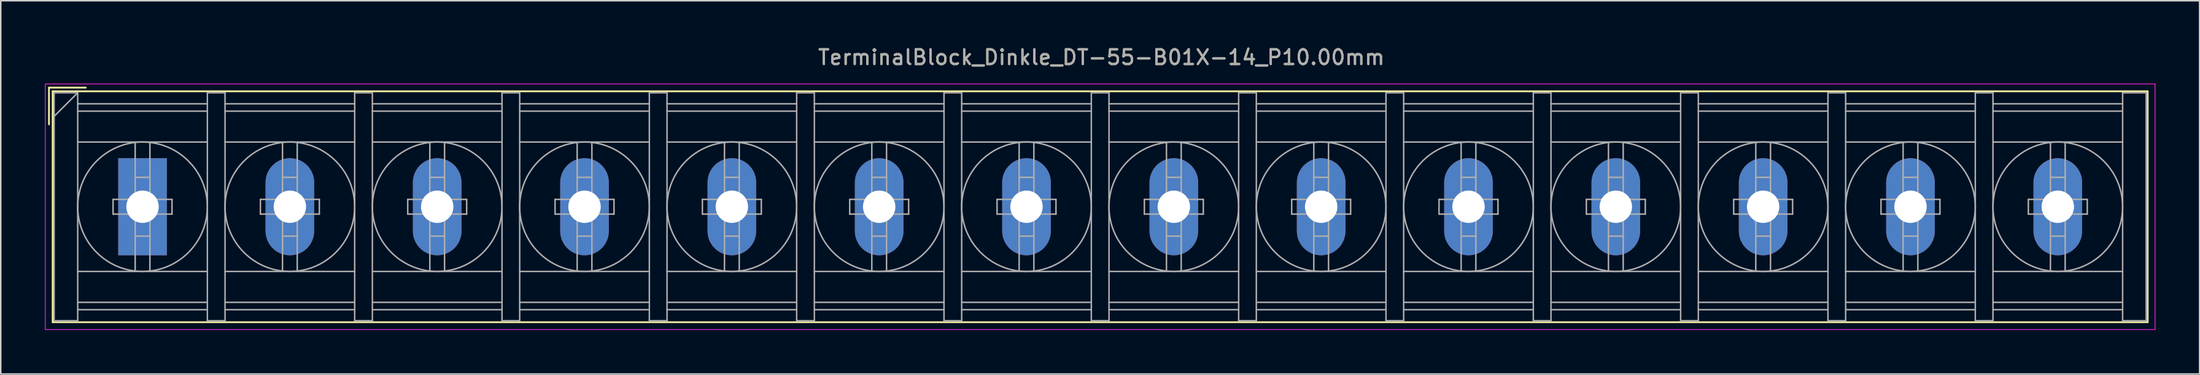
<source format=kicad_pcb>
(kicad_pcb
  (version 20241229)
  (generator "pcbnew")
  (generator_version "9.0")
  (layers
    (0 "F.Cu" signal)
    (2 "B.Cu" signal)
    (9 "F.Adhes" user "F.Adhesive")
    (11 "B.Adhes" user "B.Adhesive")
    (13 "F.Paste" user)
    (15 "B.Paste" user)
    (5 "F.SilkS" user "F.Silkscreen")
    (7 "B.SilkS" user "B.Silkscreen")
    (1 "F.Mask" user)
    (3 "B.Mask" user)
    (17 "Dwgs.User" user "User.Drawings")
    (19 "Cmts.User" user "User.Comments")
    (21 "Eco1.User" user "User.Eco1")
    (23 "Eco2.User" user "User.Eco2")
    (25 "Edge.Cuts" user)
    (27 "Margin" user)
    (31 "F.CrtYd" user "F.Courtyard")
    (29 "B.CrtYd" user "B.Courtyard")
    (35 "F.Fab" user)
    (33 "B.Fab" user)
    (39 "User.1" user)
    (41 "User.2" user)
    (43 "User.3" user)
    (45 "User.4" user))
  (footprint "TerminalBlock_Dinkle_DT-55-B01X-14_P10.00mm"
    (layer "F.Cu")
    (at 6.625 11.008)
    (property "Reference" "TerminalBlock_Dinkle_DT-55-B01X-14_P10.00mm" (at 65.08 -10.16 0) (layer "F.SilkS") (effects (font (size 1 1) (thickness 0.15))))
    (attr through_hole)
    (fp_line (start -6.35 -8.1) (end -3.85 -8.1) (stroke (width 0.12) (type solid)) (layer "F.SilkS"))
    (fp_line (start -6.35 -5.6) (end -6.35 -8.1) (stroke (width 0.12) (type solid)) (layer "F.SilkS"))
    (fp_line (start -6.1 -7.85) (end 136.1 -7.85) (stroke (width 0.12) (type solid)) (layer "F.SilkS"))
    (fp_line (start -6.1 7.85) (end -6.1 -7.85) (stroke (width 0.12) (type solid)) (layer "F.SilkS"))
    (fp_line (start -6.1 7.85) (end 136.1 7.85) (stroke (width 0.12) (type solid)) (layer "F.SilkS"))
    (fp_line (start 136.1 -7.85) (end 136.1 7.85) (stroke (width 0.12) (type solid)) (layer "F.SilkS"))
    (fp_line (start -6.6 -8.35) (end 136.6 -8.35) (stroke (width 0.05) (type solid)) (layer "F.CrtYd"))
    (fp_line (start -6.6 8.35) (end -6.6 -8.35) (stroke (width 0.05) (type solid)) (layer "F.CrtYd"))
    (fp_line (start -6.6 8.35) (end 136.6 8.35) (stroke (width 0.05) (type solid)) (layer "F.CrtYd"))
    (fp_line (start 136.6 -8.35) (end 136.6 8.35) (stroke (width 0.05) (type solid)) (layer "F.CrtYd"))
    (fp_line (start -6 -7.75) (end -6 7.75) (stroke (width 0.1) (type solid)) (layer "F.Fab"))
    (fp_line (start -6 -7.75) (end -4.4 -7.75) (stroke (width 0.1) (type solid)) (layer "F.Fab"))
    (fp_line (start -6 7.75) (end -4.4 7.75) (stroke (width 0.1) (type solid)) (layer "F.Fab"))
    (fp_line (start -4.4 -7.75) (end -6 -6.15) (stroke (width 0.1) (type solid)) (layer "F.Fab"))
    (fp_line (start -4.4 -7.75) (end -4.4 7.75) (stroke (width 0.1) (type solid)) (layer "F.Fab"))
    (fp_line (start -4.4 -7) (end 4.4 -7) (stroke (width 0.1) (type solid)) (layer "F.Fab"))
    (fp_line (start -4.4 -6.5) (end 4.4 -6.5) (stroke (width 0.1) (type solid)) (layer "F.Fab"))
    (fp_line (start -4.4 -4.4) (end 4.4 -4.4) (stroke (width 0.1) (type solid)) (layer "F.Fab"))
    (fp_line (start -4.4 4.4) (end 4.4 4.4) (stroke (width 0.1) (type solid)) (layer "F.Fab"))
    (fp_line (start -4.4 6.5) (end 4.4 6.5) (stroke (width 0.1) (type solid)) (layer "F.Fab"))
    (fp_line (start -4.4 7) (end 4.4 7) (stroke (width 0.1) (type solid)) (layer "F.Fab"))
    (fp_line (start -2 -0.5) (end -2 0.5) (stroke (width 0.1) (type solid)) (layer "F.Fab"))
    (fp_line (start -2 0.5) (end -0.5 0.5) (stroke (width 0.1) (type solid)) (layer "F.Fab"))
    (fp_line (start -0.5 -4.35) (end -0.5 -0.5) (stroke (width 0.1) (type solid)) (layer "F.Fab"))
    (fp_line (start -0.5 -2) (end 0.5 -2) (stroke (width 0.1) (type solid)) (layer "F.Fab"))
    (fp_line (start -0.5 -0.5) (end -2 -0.5) (stroke (width 0.1) (type solid)) (layer "F.Fab"))
    (fp_line (start -0.5 0.5) (end -0.5 4.35) (stroke (width 0.1) (type solid)) (layer "F.Fab"))
    (fp_line (start -0.5 2) (end 0.5 2) (stroke (width 0.1) (type solid)) (layer "F.Fab"))
    (fp_line (start 0.5 -4.35) (end 0.5 -0.5) (stroke (width 0.1) (type solid)) (layer "F.Fab"))
    (fp_line (start 0.5 -0.5) (end 2 -0.5) (stroke (width 0.1) (type solid)) (layer "F.Fab"))
    (fp_line (start 0.5 0.5) (end 0.5 4.35) (stroke (width 0.1) (type solid)) (layer "F.Fab"))
    (fp_line (start 2 -0.5) (end 2 0.5) (stroke (width 0.1) (type solid)) (layer "F.Fab"))
    (fp_line (start 2 0.5) (end 0.5 0.5) (stroke (width 0.1) (type solid)) (layer "F.Fab"))
    (fp_line (start 4.4 -7.75) (end 4.4 7.75) (stroke (width 0.1) (type solid)) (layer "F.Fab"))
    (fp_line (start 4.4 -7.75) (end 5.6 -7.75) (stroke (width 0.1) (type solid)) (layer "F.Fab"))
    (fp_line (start 4.4 7.75) (end 5.6 7.75) (stroke (width 0.1) (type solid)) (layer "F.Fab"))
    (fp_line (start 5.6 -7.75) (end 5.6 7.75) (stroke (width 0.1) (type solid)) (layer "F.Fab"))
    (fp_line (start 5.6 -7) (end 14.4 -7) (stroke (width 0.1) (type solid)) (layer "F.Fab"))
    (fp_line (start 5.6 -6.5) (end 14.4 -6.5) (stroke (width 0.1) (type solid)) (layer "F.Fab"))
    (fp_line (start 5.6 -4.4) (end 14.4 -4.4) (stroke (width 0.1) (type solid)) (layer "F.Fab"))
    (fp_line (start 5.6 4.4) (end 14.4 4.4) (stroke (width 0.1) (type solid)) (layer "F.Fab"))
    (fp_line (start 5.6 6.5) (end 14.4 6.5) (stroke (width 0.1) (type solid)) (layer "F.Fab"))
    (fp_line (start 5.6 7) (end 14.4 7) (stroke (width 0.1) (type solid)) (layer "F.Fab"))
    (fp_line (start 8 -0.5) (end 8 0.5) (stroke (width 0.1) (type solid)) (layer "F.Fab"))
    (fp_line (start 8 0.5) (end 9.5 0.5) (stroke (width 0.1) (type solid)) (layer "F.Fab"))
    (fp_line (start 9.5 -4.35) (end 9.5 -0.5) (stroke (width 0.1) (type solid)) (layer "F.Fab"))
    (fp_line (start 9.5 -2) (end 10.5 -2) (stroke (width 0.1) (type solid)) (layer "F.Fab"))
    (fp_line (start 9.5 -0.5) (end 8 -0.5) (stroke (width 0.1) (type solid)) (layer "F.Fab"))
    (fp_line (start 9.5 0.5) (end 9.5 4.35) (stroke (width 0.1) (type solid)) (layer "F.Fab"))
    (fp_line (start 9.5 2) (end 10.5 2) (stroke (width 0.1) (type solid)) (layer "F.Fab"))
    (fp_line (start 10.5 -4.35) (end 10.5 -0.5) (stroke (width 0.1) (type solid)) (layer "F.Fab"))
    (fp_line (start 10.5 -0.5) (end 12 -0.5) (stroke (width 0.1) (type solid)) (layer "F.Fab"))
    (fp_line (start 10.5 0.5) (end 10.5 4.35) (stroke (width 0.1) (type solid)) (layer "F.Fab"))
    (fp_line (start 12 -0.5) (end 12 0.5) (stroke (width 0.1) (type solid)) (layer "F.Fab"))
    (fp_line (start 12 0.5) (end 10.5 0.5) (stroke (width 0.1) (type solid)) (layer "F.Fab"))
    (fp_line (start 14.4 -7.75) (end 14.4 7.75) (stroke (width 0.1) (type solid)) (layer "F.Fab"))
    (fp_line (start 14.4 -7.75) (end 15.6 -7.75) (stroke (width 0.1) (type solid)) (layer "F.Fab"))
    (fp_line (start 14.4 7.75) (end 15.6 7.75) (stroke (width 0.1) (type solid)) (layer "F.Fab"))
    (fp_line (start 15.6 -7.75) (end 15.6 7.75) (stroke (width 0.1) (type solid)) (layer "F.Fab"))
    (fp_line (start 15.6 -7) (end 24.4 -7) (stroke (width 0.1) (type solid)) (layer "F.Fab"))
    (fp_line (start 15.6 -6.5) (end 24.4 -6.5) (stroke (width 0.1) (type solid)) (layer "F.Fab"))
    (fp_line (start 15.6 -4.4) (end 24.4 -4.4) (stroke (width 0.1) (type solid)) (layer "F.Fab"))
    (fp_line (start 15.6 4.4) (end 24.4 4.4) (stroke (width 0.1) (type solid)) (layer "F.Fab"))
    (fp_line (start 15.6 6.5) (end 24.4 6.5) (stroke (width 0.1) (type solid)) (layer "F.Fab"))
    (fp_line (start 15.6 7) (end 24.4 7) (stroke (width 0.1) (type solid)) (layer "F.Fab"))
    (fp_line (start 18 -0.5) (end 18 0.5) (stroke (width 0.1) (type solid)) (layer "F.Fab"))
    (fp_line (start 18 0.5) (end 19.5 0.5) (stroke (width 0.1) (type solid)) (layer "F.Fab"))
    (fp_line (start 19.5 -4.35) (end 19.5 -0.5) (stroke (width 0.1) (type solid)) (layer "F.Fab"))
    (fp_line (start 19.5 -2) (end 20.5 -2) (stroke (width 0.1) (type solid)) (layer "F.Fab"))
    (fp_line (start 19.5 -0.5) (end 18 -0.5) (stroke (width 0.1) (type solid)) (layer "F.Fab"))
    (fp_line (start 19.5 0.5) (end 19.5 4.35) (stroke (width 0.1) (type solid)) (layer "F.Fab"))
    (fp_line (start 19.5 2) (end 20.5 2) (stroke (width 0.1) (type solid)) (layer "F.Fab"))
    (fp_line (start 20.5 -4.35) (end 20.5 -0.5) (stroke (width 0.1) (type solid)) (layer "F.Fab"))
    (fp_line (start 20.5 -0.5) (end 22 -0.5) (stroke (width 0.1) (type solid)) (layer "F.Fab"))
    (fp_line (start 20.5 0.5) (end 20.5 4.35) (stroke (width 0.1) (type solid)) (layer "F.Fab"))
    (fp_line (start 22 -0.5) (end 22 0.5) (stroke (width 0.1) (type solid)) (layer "F.Fab"))
    (fp_line (start 22 0.5) (end 20.5 0.5) (stroke (width 0.1) (type solid)) (layer "F.Fab"))
    (fp_line (start 24.4 -7.75) (end 24.4 7.75) (stroke (width 0.1) (type solid)) (layer "F.Fab"))
    (fp_line (start 24.4 -7.75) (end 25.6 -7.75) (stroke (width 0.1) (type solid)) (layer "F.Fab"))
    (fp_line (start 24.4 7.75) (end 25.6 7.75) (stroke (width 0.1) (type solid)) (layer "F.Fab"))
    (fp_line (start 25.6 -7.75) (end 25.6 7.75) (stroke (width 0.1) (type solid)) (layer "F.Fab"))
    (fp_line (start 25.6 -7) (end 34.4 -7) (stroke (width 0.1) (type solid)) (layer "F.Fab"))
    (fp_line (start 25.6 -6.5) (end 34.4 -6.5) (stroke (width 0.1) (type solid)) (layer "F.Fab"))
    (fp_line (start 25.6 -4.4) (end 34.4 -4.4) (stroke (width 0.1) (type solid)) (layer "F.Fab"))
    (fp_line (start 25.6 4.4) (end 34.4 4.4) (stroke (width 0.1) (type solid)) (layer "F.Fab"))
    (fp_line (start 25.6 6.5) (end 34.4 6.5) (stroke (width 0.1) (type solid)) (layer "F.Fab"))
    (fp_line (start 25.6 7) (end 34.4 7) (stroke (width 0.1) (type solid)) (layer "F.Fab"))
    (fp_line (start 28 -0.5) (end 28 0.5) (stroke (width 0.1) (type solid)) (layer "F.Fab"))
    (fp_line (start 28 0.5) (end 29.5 0.5) (stroke (width 0.1) (type solid)) (layer "F.Fab"))
    (fp_line (start 29.5 -4.35) (end 29.5 -0.5) (stroke (width 0.1) (type solid)) (layer "F.Fab"))
    (fp_line (start 29.5 -2) (end 30.5 -2) (stroke (width 0.1) (type solid)) (layer "F.Fab"))
    (fp_line (start 29.5 -0.5) (end 28 -0.5) (stroke (width 0.1) (type solid)) (layer "F.Fab"))
    (fp_line (start 29.5 0.5) (end 29.5 4.35) (stroke (width 0.1) (type solid)) (layer "F.Fab"))
    (fp_line (start 29.5 2) (end 30.5 2) (stroke (width 0.1) (type solid)) (layer "F.Fab"))
    (fp_line (start 30.5 -4.35) (end 30.5 -0.5) (stroke (width 0.1) (type solid)) (layer "F.Fab"))
    (fp_line (start 30.5 -0.5) (end 32 -0.5) (stroke (width 0.1) (type solid)) (layer "F.Fab"))
    (fp_line (start 30.5 0.5) (end 30.5 4.35) (stroke (width 0.1) (type solid)) (layer "F.Fab"))
    (fp_line (start 32 -0.5) (end 32 0.5) (stroke (width 0.1) (type solid)) (layer "F.Fab"))
    (fp_line (start 32 0.5) (end 30.5 0.5) (stroke (width 0.1) (type solid)) (layer "F.Fab"))
    (fp_line (start 34.4 -7.75) (end 34.4 7.75) (stroke (width 0.1) (type solid)) (layer "F.Fab"))
    (fp_line (start 34.4 -7.75) (end 35.6 -7.75) (stroke (width 0.1) (type solid)) (layer "F.Fab"))
    (fp_line (start 34.4 7.75) (end 35.6 7.75) (stroke (width 0.1) (type solid)) (layer "F.Fab"))
    (fp_line (start 35.6 -7.75) (end 35.6 7.75) (stroke (width 0.1) (type solid)) (layer "F.Fab"))
    (fp_line (start 35.6 -7) (end 44.4 -7) (stroke (width 0.1) (type solid)) (layer "F.Fab"))
    (fp_line (start 35.6 -6.5) (end 44.4 -6.5) (stroke (width 0.1) (type solid)) (layer "F.Fab"))
    (fp_line (start 35.6 -4.4) (end 44.4 -4.4) (stroke (width 0.1) (type solid)) (layer "F.Fab"))
    (fp_line (start 35.6 4.4) (end 44.4 4.4) (stroke (width 0.1) (type solid)) (layer "F.Fab"))
    (fp_line (start 35.6 6.5) (end 44.4 6.5) (stroke (width 0.1) (type solid)) (layer "F.Fab"))
    (fp_line (start 35.6 7) (end 44.4 7) (stroke (width 0.1) (type solid)) (layer "F.Fab"))
    (fp_line (start 38 -0.5) (end 38 0.5) (stroke (width 0.1) (type solid)) (layer "F.Fab"))
    (fp_line (start 38 0.5) (end 39.5 0.5) (stroke (width 0.1) (type solid)) (layer "F.Fab"))
    (fp_line (start 39.5 -4.35) (end 39.5 -0.5) (stroke (width 0.1) (type solid)) (layer "F.Fab"))
    (fp_line (start 39.5 -2) (end 40.5 -2) (stroke (width 0.1) (type solid)) (layer "F.Fab"))
    (fp_line (start 39.5 -0.5) (end 38 -0.5) (stroke (width 0.1) (type solid)) (layer "F.Fab"))
    (fp_line (start 39.5 0.5) (end 39.5 4.35) (stroke (width 0.1) (type solid)) (layer "F.Fab"))
    (fp_line (start 39.5 2) (end 40.5 2) (stroke (width 0.1) (type solid)) (layer "F.Fab"))
    (fp_line (start 40.5 -4.35) (end 40.5 -0.5) (stroke (width 0.1) (type solid)) (layer "F.Fab"))
    (fp_line (start 40.5 -0.5) (end 42 -0.5) (stroke (width 0.1) (type solid)) (layer "F.Fab"))
    (fp_line (start 40.5 0.5) (end 40.5 4.35) (stroke (width 0.1) (type solid)) (layer "F.Fab"))
    (fp_line (start 42 -0.5) (end 42 0.5) (stroke (width 0.1) (type solid)) (layer "F.Fab"))
    (fp_line (start 42 0.5) (end 40.5 0.5) (stroke (width 0.1) (type solid)) (layer "F.Fab"))
    (fp_line (start 44.4 -7.75) (end 44.4 7.75) (stroke (width 0.1) (type solid)) (layer "F.Fab"))
    (fp_line (start 44.4 -7.75) (end 45.6 -7.75) (stroke (width 0.1) (type solid)) (layer "F.Fab"))
    (fp_line (start 44.4 7.75) (end 45.6 7.75) (stroke (width 0.1) (type solid)) (layer "F.Fab"))
    (fp_line (start 45.6 -7.75) (end 45.6 7.75) (stroke (width 0.1) (type solid)) (layer "F.Fab"))
    (fp_line (start 45.6 -7) (end 54.4 -7) (stroke (width 0.1) (type solid)) (layer "F.Fab"))
    (fp_line (start 45.6 -6.5) (end 54.4 -6.5) (stroke (width 0.1) (type solid)) (layer "F.Fab"))
    (fp_line (start 45.6 -4.4) (end 54.4 -4.4) (stroke (width 0.1) (type solid)) (layer "F.Fab"))
    (fp_line (start 45.6 4.4) (end 54.4 4.4) (stroke (width 0.1) (type solid)) (layer "F.Fab"))
    (fp_line (start 45.6 6.5) (end 54.4 6.5) (stroke (width 0.1) (type solid)) (layer "F.Fab"))
    (fp_line (start 45.6 7) (end 54.4 7) (stroke (width 0.1) (type solid)) (layer "F.Fab"))
    (fp_line (start 48 -0.5) (end 48 0.5) (stroke (width 0.1) (type solid)) (layer "F.Fab"))
    (fp_line (start 48 0.5) (end 49.5 0.5) (stroke (width 0.1) (type solid)) (layer "F.Fab"))
    (fp_line (start 49.5 -4.35) (end 49.5 -0.5) (stroke (width 0.1) (type solid)) (layer "F.Fab"))
    (fp_line (start 49.5 -2) (end 50.5 -2) (stroke (width 0.1) (type solid)) (layer "F.Fab"))
    (fp_line (start 49.5 -0.5) (end 48 -0.5) (stroke (width 0.1) (type solid)) (layer "F.Fab"))
    (fp_line (start 49.5 0.5) (end 49.5 4.35) (stroke (width 0.1) (type solid)) (layer "F.Fab"))
    (fp_line (start 49.5 2) (end 50.5 2) (stroke (width 0.1) (type solid)) (layer "F.Fab"))
    (fp_line (start 50.5 -4.35) (end 50.5 -0.5) (stroke (width 0.1) (type solid)) (layer "F.Fab"))
    (fp_line (start 50.5 -0.5) (end 52 -0.5) (stroke (width 0.1) (type solid)) (layer "F.Fab"))
    (fp_line (start 50.5 0.5) (end 50.5 4.35) (stroke (width 0.1) (type solid)) (layer "F.Fab"))
    (fp_line (start 52 -0.5) (end 52 0.5) (stroke (width 0.1) (type solid)) (layer "F.Fab"))
    (fp_line (start 52 0.5) (end 50.5 0.5) (stroke (width 0.1) (type solid)) (layer "F.Fab"))
    (fp_line (start 54.4 -7.75) (end 54.4 7.75) (stroke (width 0.1) (type solid)) (layer "F.Fab"))
    (fp_line (start 54.4 -7.75) (end 55.6 -7.75) (stroke (width 0.1) (type solid)) (layer "F.Fab"))
    (fp_line (start 54.4 7.75) (end 55.6 7.75) (stroke (width 0.1) (type solid)) (layer "F.Fab"))
    (fp_line (start 55.6 -7.75) (end 55.6 7.75) (stroke (width 0.1) (type solid)) (layer "F.Fab"))
    (fp_line (start 55.6 -7) (end 64.4 -7) (stroke (width 0.1) (type solid)) (layer "F.Fab"))
    (fp_line (start 55.6 -6.5) (end 64.4 -6.5) (stroke (width 0.1) (type solid)) (layer "F.Fab"))
    (fp_line (start 55.6 -4.4) (end 64.4 -4.4) (stroke (width 0.1) (type solid)) (layer "F.Fab"))
    (fp_line (start 55.6 4.4) (end 64.4 4.4) (stroke (width 0.1) (type solid)) (layer "F.Fab"))
    (fp_line (start 55.6 6.5) (end 64.4 6.5) (stroke (width 0.1) (type solid)) (layer "F.Fab"))
    (fp_line (start 55.6 7) (end 64.4 7) (stroke (width 0.1) (type solid)) (layer "F.Fab"))
    (fp_line (start 58 -0.5) (end 58 0.5) (stroke (width 0.1) (type solid)) (layer "F.Fab"))
    (fp_line (start 58 0.5) (end 59.5 0.5) (stroke (width 0.1) (type solid)) (layer "F.Fab"))
    (fp_line (start 59.5 -4.35) (end 59.5 -0.5) (stroke (width 0.1) (type solid)) (layer "F.Fab"))
    (fp_line (start 59.5 -2) (end 60.5 -2) (stroke (width 0.1) (type solid)) (layer "F.Fab"))
    (fp_line (start 59.5 -0.5) (end 58 -0.5) (stroke (width 0.1) (type solid)) (layer "F.Fab"))
    (fp_line (start 59.5 0.5) (end 59.5 4.35) (stroke (width 0.1) (type solid)) (layer "F.Fab"))
    (fp_line (start 59.5 2) (end 60.5 2) (stroke (width 0.1) (type solid)) (layer "F.Fab"))
    (fp_line (start 60.5 -4.35) (end 60.5 -0.5) (stroke (width 0.1) (type solid)) (layer "F.Fab"))
    (fp_line (start 60.5 -0.5) (end 62 -0.5) (stroke (width 0.1) (type solid)) (layer "F.Fab"))
    (fp_line (start 60.5 0.5) (end 60.5 4.35) (stroke (width 0.1) (type solid)) (layer "F.Fab"))
    (fp_line (start 62 -0.5) (end 62 0.5) (stroke (width 0.1) (type solid)) (layer "F.Fab"))
    (fp_line (start 62 0.5) (end 60.5 0.5) (stroke (width 0.1) (type solid)) (layer "F.Fab"))
    (fp_line (start 64.4 -7.75) (end 64.4 7.75) (stroke (width 0.1) (type solid)) (layer "F.Fab"))
    (fp_line (start 64.4 -7.75) (end 65.6 -7.75) (stroke (width 0.1) (type solid)) (layer "F.Fab"))
    (fp_line (start 64.4 7.75) (end 65.6 7.75) (stroke (width 0.1) (type solid)) (layer "F.Fab"))
    (fp_line (start 65.6 -7.75) (end 65.6 7.75) (stroke (width 0.1) (type solid)) (layer "F.Fab"))
    (fp_line (start 65.6 -7) (end 74.4 -7) (stroke (width 0.1) (type solid)) (layer "F.Fab"))
    (fp_line (start 65.6 -6.5) (end 74.4 -6.5) (stroke (width 0.1) (type solid)) (layer "F.Fab"))
    (fp_line (start 65.6 -4.4) (end 74.4 -4.4) (stroke (width 0.1) (type solid)) (layer "F.Fab"))
    (fp_line (start 65.6 4.4) (end 74.4 4.4) (stroke (width 0.1) (type solid)) (layer "F.Fab"))
    (fp_line (start 65.6 6.5) (end 74.4 6.5) (stroke (width 0.1) (type solid)) (layer "F.Fab"))
    (fp_line (start 65.6 7) (end 74.4 7) (stroke (width 0.1) (type solid)) (layer "F.Fab"))
    (fp_line (start 68 -0.5) (end 68 0.5) (stroke (width 0.1) (type solid)) (layer "F.Fab"))
    (fp_line (start 68 0.5) (end 69.5 0.5) (stroke (width 0.1) (type solid)) (layer "F.Fab"))
    (fp_line (start 69.5 -4.35) (end 69.5 -0.5) (stroke (width 0.1) (type solid)) (layer "F.Fab"))
    (fp_line (start 69.5 -2) (end 70.5 -2) (stroke (width 0.1) (type solid)) (layer "F.Fab"))
    (fp_line (start 69.5 -0.5) (end 68 -0.5) (stroke (width 0.1) (type solid)) (layer "F.Fab"))
    (fp_line (start 69.5 0.5) (end 69.5 4.35) (stroke (width 0.1) (type solid)) (layer "F.Fab"))
    (fp_line (start 69.5 2) (end 70.5 2) (stroke (width 0.1) (type solid)) (layer "F.Fab"))
    (fp_line (start 70.5 -4.35) (end 70.5 -0.5) (stroke (width 0.1) (type solid)) (layer "F.Fab"))
    (fp_line (start 70.5 -0.5) (end 72 -0.5) (stroke (width 0.1) (type solid)) (layer "F.Fab"))
    (fp_line (start 70.5 0.5) (end 70.5 4.35) (stroke (width 0.1) (type solid)) (layer "F.Fab"))
    (fp_line (start 72 -0.5) (end 72 0.5) (stroke (width 0.1) (type solid)) (layer "F.Fab"))
    (fp_line (start 72 0.5) (end 70.5 0.5) (stroke (width 0.1) (type solid)) (layer "F.Fab"))
    (fp_line (start 74.4 -7.75) (end 74.4 7.75) (stroke (width 0.1) (type solid)) (layer "F.Fab"))
    (fp_line (start 74.4 -7.75) (end 75.6 -7.75) (stroke (width 0.1) (type solid)) (layer "F.Fab"))
    (fp_line (start 74.4 7.75) (end 75.6 7.75) (stroke (width 0.1) (type solid)) (layer "F.Fab"))
    (fp_line (start 75.6 -7.75) (end 75.6 7.75) (stroke (width 0.1) (type solid)) (layer "F.Fab"))
    (fp_line (start 75.6 -7) (end 84.4 -7) (stroke (width 0.1) (type solid)) (layer "F.Fab"))
    (fp_line (start 75.6 -6.5) (end 84.4 -6.5) (stroke (width 0.1) (type solid)) (layer "F.Fab"))
    (fp_line (start 75.6 -4.4) (end 84.4 -4.4) (stroke (width 0.1) (type solid)) (layer "F.Fab"))
    (fp_line (start 75.6 4.4) (end 84.4 4.4) (stroke (width 0.1) (type solid)) (layer "F.Fab"))
    (fp_line (start 75.6 6.5) (end 84.4 6.5) (stroke (width 0.1) (type solid)) (layer "F.Fab"))
    (fp_line (start 75.6 7) (end 84.4 7) (stroke (width 0.1) (type solid)) (layer "F.Fab"))
    (fp_line (start 78 -0.5) (end 78 0.5) (stroke (width 0.1) (type solid)) (layer "F.Fab"))
    (fp_line (start 78 0.5) (end 79.5 0.5) (stroke (width 0.1) (type solid)) (layer "F.Fab"))
    (fp_line (start 79.5 -4.35) (end 79.5 -0.5) (stroke (width 0.1) (type solid)) (layer "F.Fab"))
    (fp_line (start 79.5 -2) (end 80.5 -2) (stroke (width 0.1) (type solid)) (layer "F.Fab"))
    (fp_line (start 79.5 -0.5) (end 78 -0.5) (stroke (width 0.1) (type solid)) (layer "F.Fab"))
    (fp_line (start 79.5 0.5) (end 79.5 4.35) (stroke (width 0.1) (type solid)) (layer "F.Fab"))
    (fp_line (start 79.5 2) (end 80.5 2) (stroke (width 0.1) (type solid)) (layer "F.Fab"))
    (fp_line (start 80.5 -4.35) (end 80.5 -0.5) (stroke (width 0.1) (type solid)) (layer "F.Fab"))
    (fp_line (start 80.5 -0.5) (end 82 -0.5) (stroke (width 0.1) (type solid)) (layer "F.Fab"))
    (fp_line (start 80.5 0.5) (end 80.5 4.35) (stroke (width 0.1) (type solid)) (layer "F.Fab"))
    (fp_line (start 82 -0.5) (end 82 0.5) (stroke (width 0.1) (type solid)) (layer "F.Fab"))
    (fp_line (start 82 0.5) (end 80.5 0.5) (stroke (width 0.1) (type solid)) (layer "F.Fab"))
    (fp_line (start 84.4 -7.75) (end 84.4 7.75) (stroke (width 0.1) (type solid)) (layer "F.Fab"))
    (fp_line (start 84.4 -7.75) (end 85.6 -7.75) (stroke (width 0.1) (type solid)) (layer "F.Fab"))
    (fp_line (start 84.4 7.75) (end 85.6 7.75) (stroke (width 0.1) (type solid)) (layer "F.Fab"))
    (fp_line (start 85.6 -7.75) (end 85.6 7.75) (stroke (width 0.1) (type solid)) (layer "F.Fab"))
    (fp_line (start 85.6 -7) (end 94.4 -7) (stroke (width 0.1) (type solid)) (layer "F.Fab"))
    (fp_line (start 85.6 -6.5) (end 94.4 -6.5) (stroke (width 0.1) (type solid)) (layer "F.Fab"))
    (fp_line (start 85.6 -4.4) (end 94.4 -4.4) (stroke (width 0.1) (type solid)) (layer "F.Fab"))
    (fp_line (start 85.6 4.4) (end 94.4 4.4) (stroke (width 0.1) (type solid)) (layer "F.Fab"))
    (fp_line (start 85.6 6.5) (end 94.4 6.5) (stroke (width 0.1) (type solid)) (layer "F.Fab"))
    (fp_line (start 85.6 7) (end 94.4 7) (stroke (width 0.1) (type solid)) (layer "F.Fab"))
    (fp_line (start 88 -0.5) (end 88 0.5) (stroke (width 0.1) (type solid)) (layer "F.Fab"))
    (fp_line (start 88 0.5) (end 89.5 0.5) (stroke (width 0.1) (type solid)) (layer "F.Fab"))
    (fp_line (start 89.5 -4.35) (end 89.5 -0.5) (stroke (width 0.1) (type solid)) (layer "F.Fab"))
    (fp_line (start 89.5 -2) (end 90.5 -2) (stroke (width 0.1) (type solid)) (layer "F.Fab"))
    (fp_line (start 89.5 -0.5) (end 88 -0.5) (stroke (width 0.1) (type solid)) (layer "F.Fab"))
    (fp_line (start 89.5 0.5) (end 89.5 4.35) (stroke (width 0.1) (type solid)) (layer "F.Fab"))
    (fp_line (start 89.5 2) (end 90.5 2) (stroke (width 0.1) (type solid)) (layer "F.Fab"))
    (fp_line (start 90.5 -4.35) (end 90.5 -0.5) (stroke (width 0.1) (type solid)) (layer "F.Fab"))
    (fp_line (start 90.5 -0.5) (end 92 -0.5) (stroke (width 0.1) (type solid)) (layer "F.Fab"))
    (fp_line (start 90.5 0.5) (end 90.5 4.35) (stroke (width 0.1) (type solid)) (layer "F.Fab"))
    (fp_line (start 92 -0.5) (end 92 0.5) (stroke (width 0.1) (type solid)) (layer "F.Fab"))
    (fp_line (start 92 0.5) (end 90.5 0.5) (stroke (width 0.1) (type solid)) (layer "F.Fab"))
    (fp_line (start 94.4 -7.75) (end 94.4 7.75) (stroke (width 0.1) (type solid)) (layer "F.Fab"))
    (fp_line (start 94.4 -7.75) (end 95.6 -7.75) (stroke (width 0.1) (type solid)) (layer "F.Fab"))
    (fp_line (start 94.4 7.75) (end 95.6 7.75) (stroke (width 0.1) (type solid)) (layer "F.Fab"))
    (fp_line (start 95.6 -7.75) (end 95.6 7.75) (stroke (width 0.1) (type solid)) (layer "F.Fab"))
    (fp_line (start 95.6 -7) (end 104.4 -7) (stroke (width 0.1) (type solid)) (layer "F.Fab"))
    (fp_line (start 95.6 -6.5) (end 104.4 -6.5) (stroke (width 0.1) (type solid)) (layer "F.Fab"))
    (fp_line (start 95.6 -4.4) (end 104.4 -4.4) (stroke (width 0.1) (type solid)) (layer "F.Fab"))
    (fp_line (start 95.6 4.4) (end 104.4 4.4) (stroke (width 0.1) (type solid)) (layer "F.Fab"))
    (fp_line (start 95.6 6.5) (end 104.4 6.5) (stroke (width 0.1) (type solid)) (layer "F.Fab"))
    (fp_line (start 95.6 7) (end 104.4 7) (stroke (width 0.1) (type solid)) (layer "F.Fab"))
    (fp_line (start 98 -0.5) (end 98 0.5) (stroke (width 0.1) (type solid)) (layer "F.Fab"))
    (fp_line (start 98 0.5) (end 99.5 0.5) (stroke (width 0.1) (type solid)) (layer "F.Fab"))
    (fp_line (start 99.5 -4.35) (end 99.5 -0.5) (stroke (width 0.1) (type solid)) (layer "F.Fab"))
    (fp_line (start 99.5 -2) (end 100.5 -2) (stroke (width 0.1) (type solid)) (layer "F.Fab"))
    (fp_line (start 99.5 -0.5) (end 98 -0.5) (stroke (width 0.1) (type solid)) (layer "F.Fab"))
    (fp_line (start 99.5 0.5) (end 99.5 4.35) (stroke (width 0.1) (type solid)) (layer "F.Fab"))
    (fp_line (start 99.5 2) (end 100.5 2) (stroke (width 0.1) (type solid)) (layer "F.Fab"))
    (fp_line (start 100.5 -4.35) (end 100.5 -0.5) (stroke (width 0.1) (type solid)) (layer "F.Fab"))
    (fp_line (start 100.5 -0.5) (end 102 -0.5) (stroke (width 0.1) (type solid)) (layer "F.Fab"))
    (fp_line (start 100.5 0.5) (end 100.5 4.35) (stroke (width 0.1) (type solid)) (layer "F.Fab"))
    (fp_line (start 102 -0.5) (end 102 0.5) (stroke (width 0.1) (type solid)) (layer "F.Fab"))
    (fp_line (start 102 0.5) (end 100.5 0.5) (stroke (width 0.1) (type solid)) (layer "F.Fab"))
    (fp_line (start 104.4 -7.75) (end 104.4 7.75) (stroke (width 0.1) (type solid)) (layer "F.Fab"))
    (fp_line (start 104.4 -7.75) (end 105.6 -7.75) (stroke (width 0.1) (type solid)) (layer "F.Fab"))
    (fp_line (start 104.4 7.75) (end 105.6 7.75) (stroke (width 0.1) (type solid)) (layer "F.Fab"))
    (fp_line (start 105.6 -7.75) (end 105.6 7.75) (stroke (width 0.1) (type solid)) (layer "F.Fab"))
    (fp_line (start 105.6 -7) (end 114.4 -7) (stroke (width 0.1) (type solid)) (layer "F.Fab"))
    (fp_line (start 105.6 -6.5) (end 114.4 -6.5) (stroke (width 0.1) (type solid)) (layer "F.Fab"))
    (fp_line (start 105.6 -4.4) (end 114.4 -4.4) (stroke (width 0.1) (type solid)) (layer "F.Fab"))
    (fp_line (start 105.6 4.4) (end 114.4 4.4) (stroke (width 0.1) (type solid)) (layer "F.Fab"))
    (fp_line (start 105.6 6.5) (end 114.4 6.5) (stroke (width 0.1) (type solid)) (layer "F.Fab"))
    (fp_line (start 105.6 7) (end 114.4 7) (stroke (width 0.1) (type solid)) (layer "F.Fab"))
    (fp_line (start 108 -0.5) (end 108 0.5) (stroke (width 0.1) (type solid)) (layer "F.Fab"))
    (fp_line (start 108 0.5) (end 109.5 0.5) (stroke (width 0.1) (type solid)) (layer "F.Fab"))
    (fp_line (start 109.5 -4.35) (end 109.5 -0.5) (stroke (width 0.1) (type solid)) (layer "F.Fab"))
    (fp_line (start 109.5 -2) (end 110.5 -2) (stroke (width 0.1) (type solid)) (layer "F.Fab"))
    (fp_line (start 109.5 -0.5) (end 108 -0.5) (stroke (width 0.1) (type solid)) (layer "F.Fab"))
    (fp_line (start 109.5 0.5) (end 109.5 4.35) (stroke (width 0.1) (type solid)) (layer "F.Fab"))
    (fp_line (start 109.5 2) (end 110.5 2) (stroke (width 0.1) (type solid)) (layer "F.Fab"))
    (fp_line (start 110.5 -4.35) (end 110.5 -0.5) (stroke (width 0.1) (type solid)) (layer "F.Fab"))
    (fp_line (start 110.5 -0.5) (end 112 -0.5) (stroke (width 0.1) (type solid)) (layer "F.Fab"))
    (fp_line (start 110.5 0.5) (end 110.5 4.35) (stroke (width 0.1) (type solid)) (layer "F.Fab"))
    (fp_line (start 112 -0.5) (end 112 0.5) (stroke (width 0.1) (type solid)) (layer "F.Fab"))
    (fp_line (start 112 0.5) (end 110.5 0.5) (stroke (width 0.1) (type solid)) (layer "F.Fab"))
    (fp_line (start 114.4 -7.75) (end 114.4 7.75) (stroke (width 0.1) (type solid)) (layer "F.Fab"))
    (fp_line (start 114.4 -7.75) (end 115.6 -7.75) (stroke (width 0.1) (type solid)) (layer "F.Fab"))
    (fp_line (start 114.4 7.75) (end 115.6 7.75) (stroke (width 0.1) (type solid)) (layer "F.Fab"))
    (fp_line (start 115.6 -7.75) (end 115.6 7.75) (stroke (width 0.1) (type solid)) (layer "F.Fab"))
    (fp_line (start 115.6 -7) (end 124.4 -7) (stroke (width 0.1) (type solid)) (layer "F.Fab"))
    (fp_line (start 115.6 -6.5) (end 124.4 -6.5) (stroke (width 0.1) (type solid)) (layer "F.Fab"))
    (fp_line (start 115.6 -4.4) (end 124.4 -4.4) (stroke (width 0.1) (type solid)) (layer "F.Fab"))
    (fp_line (start 115.6 4.4) (end 124.4 4.4) (stroke (width 0.1) (type solid)) (layer "F.Fab"))
    (fp_line (start 115.6 6.5) (end 124.4 6.5) (stroke (width 0.1) (type solid)) (layer "F.Fab"))
    (fp_line (start 115.6 7) (end 124.4 7) (stroke (width 0.1) (type solid)) (layer "F.Fab"))
    (fp_line (start 118 -0.5) (end 118 0.5) (stroke (width 0.1) (type solid)) (layer "F.Fab"))
    (fp_line (start 118 0.5) (end 119.5 0.5) (stroke (width 0.1) (type solid)) (layer "F.Fab"))
    (fp_line (start 119.5 -4.35) (end 119.5 -0.5) (stroke (width 0.1) (type solid)) (layer "F.Fab"))
    (fp_line (start 119.5 -2) (end 120.5 -2) (stroke (width 0.1) (type solid)) (layer "F.Fab"))
    (fp_line (start 119.5 -0.5) (end 118 -0.5) (stroke (width 0.1) (type solid)) (layer "F.Fab"))
    (fp_line (start 119.5 0.5) (end 119.5 4.35) (stroke (width 0.1) (type solid)) (layer "F.Fab"))
    (fp_line (start 119.5 2) (end 120.5 2) (stroke (width 0.1) (type solid)) (layer "F.Fab"))
    (fp_line (start 120.5 -4.35) (end 120.5 -0.5) (stroke (width 0.1) (type solid)) (layer "F.Fab"))
    (fp_line (start 120.5 -0.5) (end 122 -0.5) (stroke (width 0.1) (type solid)) (layer "F.Fab"))
    (fp_line (start 120.5 0.5) (end 120.5 4.35) (stroke (width 0.1) (type solid)) (layer "F.Fab"))
    (fp_line (start 122 -0.5) (end 122 0.5) (stroke (width 0.1) (type solid)) (layer "F.Fab"))
    (fp_line (start 122 0.5) (end 120.5 0.5) (stroke (width 0.1) (type solid)) (layer "F.Fab"))
    (fp_line (start 124.4 -7.75) (end 124.4 7.75) (stroke (width 0.1) (type solid)) (layer "F.Fab"))
    (fp_line (start 124.4 -7.75) (end 125.6 -7.75) (stroke (width 0.1) (type solid)) (layer "F.Fab"))
    (fp_line (start 124.4 7.75) (end 125.6 7.75) (stroke (width 0.1) (type solid)) (layer "F.Fab"))
    (fp_line (start 125.6 -7.75) (end 125.6 7.75) (stroke (width 0.1) (type solid)) (layer "F.Fab"))
    (fp_line (start 125.6 -7) (end 134.4 -7) (stroke (width 0.1) (type solid)) (layer "F.Fab"))
    (fp_line (start 125.6 -6.5) (end 134.4 -6.5) (stroke (width 0.1) (type solid)) (layer "F.Fab"))
    (fp_line (start 125.6 -4.4) (end 134.4 -4.4) (stroke (width 0.1) (type solid)) (layer "F.Fab"))
    (fp_line (start 125.6 4.4) (end 134.4 4.4) (stroke (width 0.1) (type solid)) (layer "F.Fab"))
    (fp_line (start 125.6 6.5) (end 134.4 6.5) (stroke (width 0.1) (type solid)) (layer "F.Fab"))
    (fp_line (start 125.6 7) (end 134.4 7) (stroke (width 0.1) (type solid)) (layer "F.Fab"))
    (fp_line (start 128 -0.5) (end 128 0.5) (stroke (width 0.1) (type solid)) (layer "F.Fab"))
    (fp_line (start 128 0.5) (end 129.5 0.5) (stroke (width 0.1) (type solid)) (layer "F.Fab"))
    (fp_line (start 129.5 -4.35) (end 129.5 -0.5) (stroke (width 0.1) (type solid)) (layer "F.Fab"))
    (fp_line (start 129.5 -2) (end 130.5 -2) (stroke (width 0.1) (type solid)) (layer "F.Fab"))
    (fp_line (start 129.5 -0.5) (end 128 -0.5) (stroke (width 0.1) (type solid)) (layer "F.Fab"))
    (fp_line (start 129.5 0.5) (end 129.5 4.35) (stroke (width 0.1) (type solid)) (layer "F.Fab"))
    (fp_line (start 129.5 2) (end 130.5 2) (stroke (width 0.1) (type solid)) (layer "F.Fab"))
    (fp_line (start 130.5 -4.35) (end 130.5 -0.5) (stroke (width 0.1) (type solid)) (layer "F.Fab"))
    (fp_line (start 130.5 -0.5) (end 132 -0.5) (stroke (width 0.1) (type solid)) (layer "F.Fab"))
    (fp_line (start 130.5 0.5) (end 130.5 4.35) (stroke (width 0.1) (type solid)) (layer "F.Fab"))
    (fp_line (start 132 -0.5) (end 132 0.5) (stroke (width 0.1) (type solid)) (layer "F.Fab"))
    (fp_line (start 132 0.5) (end 130.5 0.5) (stroke (width 0.1) (type solid)) (layer "F.Fab"))
    (fp_line (start 134.4 -7.75) (end 134.4 7.75) (stroke (width 0.1) (type solid)) (layer "F.Fab"))
    (fp_line (start 134.4 -7.75) (end 136 -7.75) (stroke (width 0.1) (type solid)) (layer "F.Fab"))
    (fp_line (start 134.4 7.75) (end 136 7.75) (stroke (width 0.1) (type solid)) (layer "F.Fab"))
    (fp_line (start 136 -7.75) (end 136 7.75) (stroke (width 0.1) (type solid)) (layer "F.Fab"))
    (fp_circle (center 0 0) (end 0.5 0.5) (stroke (width 0.1) (type solid)) (fill no) (layer "F.Fab"))
    (fp_circle (center 0 0) (end 4.4 0) (stroke (width 0.1) (type solid)) (fill no) (layer "F.Fab"))
    (fp_circle (center 10 0) (end 10.5 0.5) (stroke (width 0.1) (type solid)) (fill no) (layer "F.Fab"))
    (fp_circle (center 10 0) (end 14.4 0) (stroke (width 0.1) (type solid)) (fill no) (layer "F.Fab"))
    (fp_circle (center 20 0) (end 20.5 0.5) (stroke (width 0.1) (type solid)) (fill no) (layer "F.Fab"))
    (fp_circle (center 20 0) (end 24.4 0) (stroke (width 0.1) (type solid)) (fill no) (layer "F.Fab"))
    (fp_circle (center 30 0) (end 30.5 0.5) (stroke (width 0.1) (type solid)) (fill no) (layer "F.Fab"))
    (fp_circle (center 30 0) (end 34.4 0) (stroke (width 0.1) (type solid)) (fill no) (layer "F.Fab"))
    (fp_circle (center 40 0) (end 40.5 0.5) (stroke (width 0.1) (type solid)) (fill no) (layer "F.Fab"))
    (fp_circle (center 40 0) (end 44.4 0) (stroke (width 0.1) (type solid)) (fill no) (layer "F.Fab"))
    (fp_circle (center 50 0) (end 50.5 0.5) (stroke (width 0.1) (type solid)) (fill no) (layer "F.Fab"))
    (fp_circle (center 50 0) (end 54.4 0) (stroke (width 0.1) (type solid)) (fill no) (layer "F.Fab"))
    (fp_circle (center 60 0) (end 60.5 0.5) (stroke (width 0.1) (type solid)) (fill no) (layer "F.Fab"))
    (fp_circle (center 60 0) (end 64.4 0) (stroke (width 0.1) (type solid)) (fill no) (layer "F.Fab"))
    (fp_circle (center 70 0) (end 70.5 0.5) (stroke (width 0.1) (type solid)) (fill no) (layer "F.Fab"))
    (fp_circle (center 70 0) (end 74.4 0) (stroke (width 0.1) (type solid)) (fill no) (layer "F.Fab"))
    (fp_circle (center 80 0) (end 80.5 0.5) (stroke (width 0.1) (type solid)) (fill no) (layer "F.Fab"))
    (fp_circle (center 80 0) (end 84.4 0) (stroke (width 0.1) (type solid)) (fill no) (layer "F.Fab"))
    (fp_circle (center 90 0) (end 90.5 0.5) (stroke (width 0.1) (type solid)) (fill no) (layer "F.Fab"))
    (fp_circle (center 90 0) (end 94.4 0) (stroke (width 0.1) (type solid)) (fill no) (layer "F.Fab"))
    (fp_circle (center 100 0) (end 100.5 0.5) (stroke (width 0.1) (type solid)) (fill no) (layer "F.Fab"))
    (fp_circle (center 100 0) (end 104.4 0) (stroke (width 0.1) (type solid)) (fill no) (layer "F.Fab"))
    (fp_circle (center 110 0) (end 110.5 0.5) (stroke (width 0.1) (type solid)) (fill no) (layer "F.Fab"))
    (fp_circle (center 110 0) (end 114.4 0) (stroke (width 0.1) (type solid)) (fill no) (layer "F.Fab"))
    (fp_circle (center 120 0) (end 120.5 0.5) (stroke (width 0.1) (type solid)) (fill no) (layer "F.Fab"))
    (fp_circle (center 120 0) (end 124.4 0) (stroke (width 0.1) (type solid)) (fill no) (layer "F.Fab"))
    (fp_circle (center 130 0) (end 130.5 0.5) (stroke (width 0.1) (type solid)) (fill no) (layer "F.Fab"))
    (fp_circle (center 130 0) (end 134.4 0) (stroke (width 0.1) (type solid)) (fill no) (layer "F.Fab"))
    (fp_text user "${REFERENCE}" (at 65.08 -10.16 0) (layer "F.Fab") (effects (font (size 1 1) (thickness 0.15))))
    (pad "1" thru_hole rect (at 0 0) (size 3.3 6.6) (drill 2.2) (layers "*.Cu" "*.Mask"))
    (pad "2" thru_hole oval (at 10 0) (size 3.3 6.6) (drill 2.2) (layers "*.Cu" "*.Mask"))
    (pad "3" thru_hole oval (at 20 0) (size 3.3 6.6) (drill 2.2) (layers "*.Cu" "*.Mask"))
    (pad "4" thru_hole oval (at 30 0) (size 3.3 6.6) (drill 2.2) (layers "*.Cu" "*.Mask"))
    (pad "5" thru_hole oval (at 40 0) (size 3.3 6.6) (drill 2.2) (layers "*.Cu" "*.Mask"))
    (pad "6" thru_hole oval (at 50 0) (size 3.3 6.6) (drill 2.2) (layers "*.Cu" "*.Mask"))
    (pad "7" thru_hole oval (at 60 0) (size 3.3 6.6) (drill 2.2) (layers "*.Cu" "*.Mask"))
    (pad "8" thru_hole oval (at 70 0) (size 3.3 6.6) (drill 2.2) (layers "*.Cu" "*.Mask"))
    (pad "9" thru_hole oval (at 80 0) (size 3.3 6.6) (drill 2.2) (layers "*.Cu" "*.Mask"))
    (pad "10" thru_hole oval (at 90 0) (size 3.3 6.6) (drill 2.2) (layers "*.Cu" "*.Mask"))
    (pad "11" thru_hole oval (at 100 0) (size 3.3 6.6) (drill 2.2) (layers "*.Cu" "*.Mask"))
    (pad "12" thru_hole oval (at 110 0) (size 3.3 6.6) (drill 2.2) (layers "*.Cu" "*.Mask"))
    (pad "13" thru_hole oval (at 120 0) (size 3.3 6.6) (drill 2.2) (layers "*.Cu" "*.Mask"))
    (pad "14" thru_hole oval (at 130 0) (size 3.3 6.6) (drill 2.2) (layers "*.Cu" "*.Mask")))
  (gr_rect
    (start -3 -3)
    (end 146.25 22.383)
    (stroke (width 0.1) (type default))
    (fill no)
    (layer "Edge.Cuts")))
</source>
